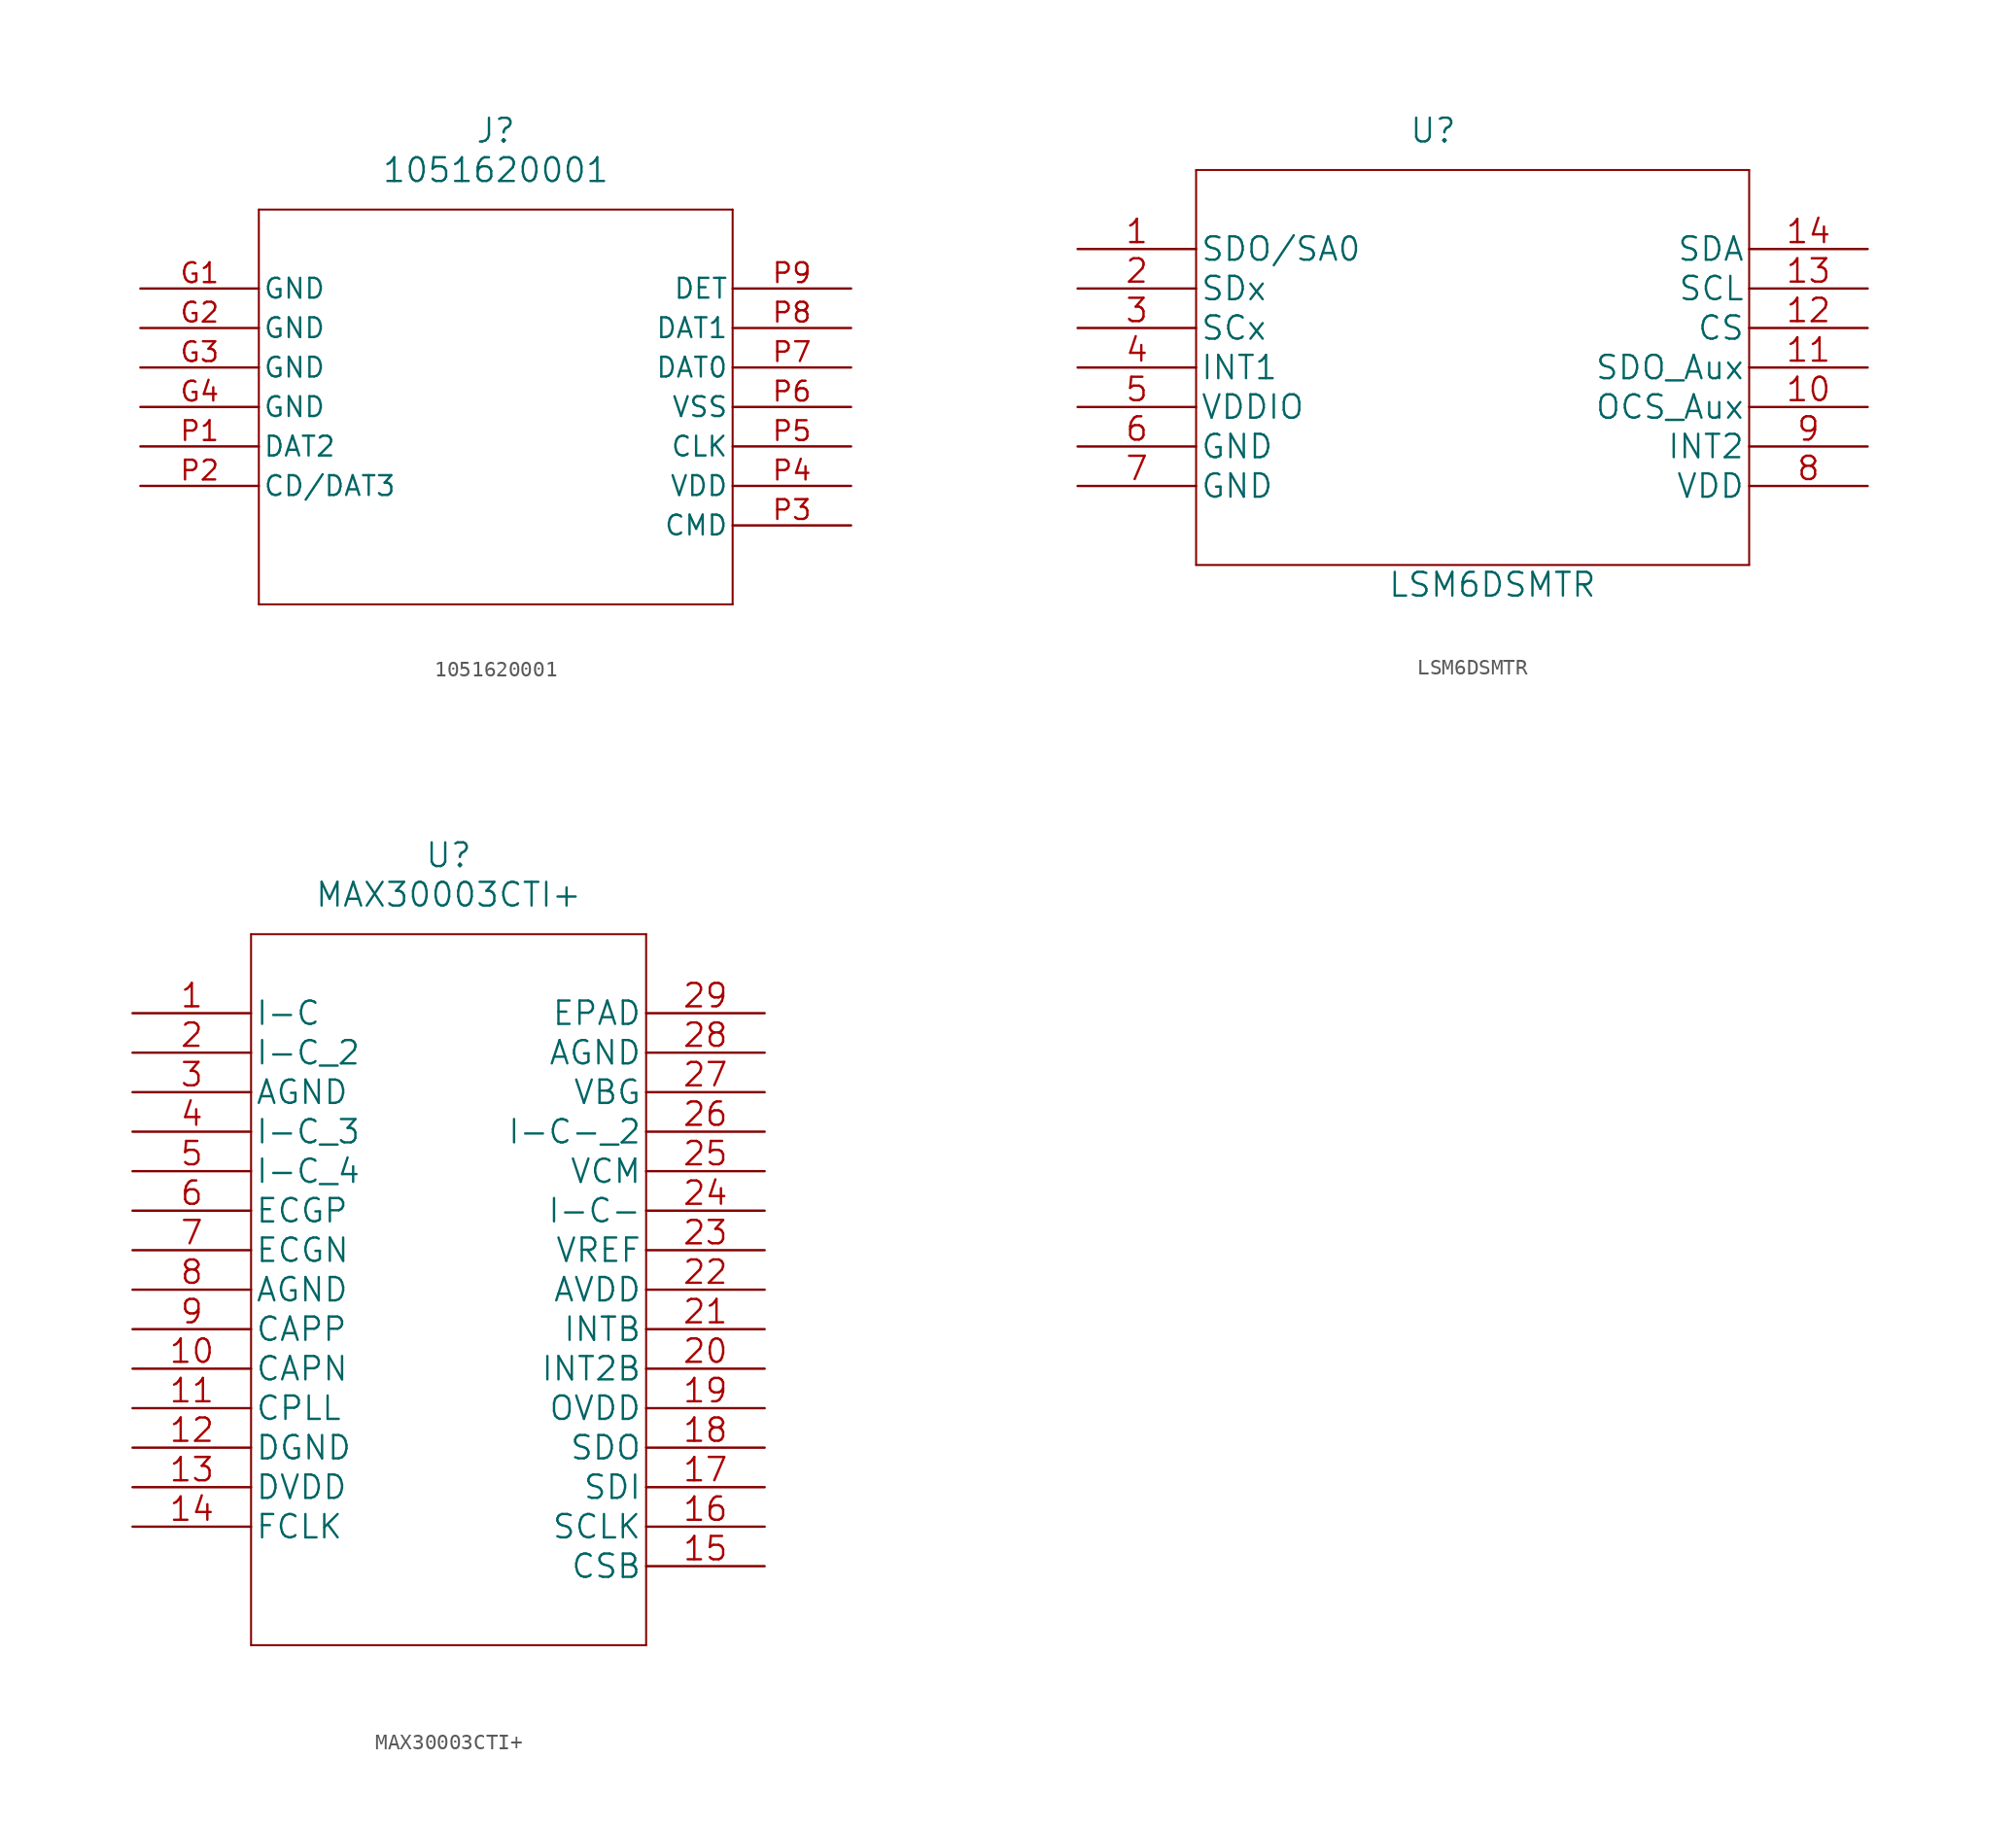
<source format=kicad_sym>
(kicad_symbol_lib
  (version 20211014)
  (generator kicad_symbol_editor)
  (symbol "1051620001"
    (pin_names
      (offset 0.254))
    (property "Reference" "J"
      (at 22.86 10.16 0)
      (effects (font (size 1.524 1.524))))
    (property "Value" "1051620001"
      (at 22.86 7.62 0)
      (effects (font (size 1.524 1.524))))
    (symbol "1051620001_0_1"
      (polyline (pts (xy 7.62 -20.32) (xy 38.1 -20.32)) (stroke (width 0.127) (type default) (color 0 0 0 0)) (fill (type none)))
      (polyline (pts (xy 7.62 5.08) (xy 7.62 -20.32)) (stroke (width 0.127) (type default) (color 0 0 0 0)) (fill (type none)))
      (polyline (pts (xy 38.1 -20.32) (xy 38.1 5.08)) (stroke (width 0.127) (type default) (color 0 0 0 0)) (fill (type none)))
      (polyline (pts (xy 38.1 5.08) (xy 7.62 5.08)) (stroke (width 0.127) (type default) (color 0 0 0 0)) (fill (type none)))
      (pin power_out line (at 0 0 0) (length 7.62) (name "GND" (effects (font (size 1.27 1.27)))) (number "G1" (effects (font (size 1.27 1.27)))))
      (pin power_out line (at 0 -2.54 0) (length 7.62) (name "GND" (effects (font (size 1.27 1.27)))) (number "G2" (effects (font (size 1.27 1.27)))))
      (pin power_out line (at 0 -5.08 0) (length 7.62) (name "GND" (effects (font (size 1.27 1.27)))) (number "G3" (effects (font (size 1.27 1.27)))))
      (pin power_out line (at 0 -7.62 0) (length 7.62) (name "GND" (effects (font (size 1.27 1.27)))) (number "G4" (effects (font (size 1.27 1.27)))))
      (pin bidirectional line (at 0 -10.16 0) (length 7.62) (name "DAT2" (effects (font (size 1.27 1.27)))) (number "P1" (effects (font (size 1.27 1.27)))))
      (pin unspecified line (at 0 -12.7 0) (length 7.62) (name "CD/DAT3" (effects (font (size 1.27 1.27)))) (number "P2" (effects (font (size 1.27 1.27)))))
      (pin unspecified line (at 45.72 -15.24 180) (length 7.62) (name "CMD" (effects (font (size 1.27 1.27)))) (number "P3" (effects (font (size 1.27 1.27)))))
      (pin power_in line (at 45.72 -12.7 180) (length 7.62) (name "VDD" (effects (font (size 1.27 1.27)))) (number "P4" (effects (font (size 1.27 1.27)))))
      (pin unspecified line (at 45.72 -10.16 180) (length 7.62) (name "CLK" (effects (font (size 1.27 1.27)))) (number "P5" (effects (font (size 1.27 1.27)))))
      (pin power_out line (at 45.72 -7.62 180) (length 7.62) (name "VSS" (effects (font (size 1.27 1.27)))) (number "P6" (effects (font (size 1.27 1.27)))))
      (pin bidirectional line (at 45.72 -5.08 180) (length 7.62) (name "DAT0" (effects (font (size 1.27 1.27)))) (number "P7" (effects (font (size 1.27 1.27)))))
      (pin bidirectional line (at 45.72 -2.54 180) (length 7.62) (name "DAT1" (effects (font (size 1.27 1.27)))) (number "P8" (effects (font (size 1.27 1.27)))))
      (pin unspecified line (at 45.72 0 180) (length 7.62) (name "DET" (effects (font (size 1.27 1.27)))) (number "P9" (effects (font (size 1.27 1.27)))))))
  (symbol "LSM6DSMTR"
    (pin_names
      (offset 0.254))
    (property "Reference" "U"
      (at 22.86 7.62 0)
      (effects (font (size 1.524 1.524))))
    (property "Value" "LSM6DSMTR"
      (at 26.67 -21.59 0)
      (effects (font (size 1.524 1.524))))
    (property "Datasheet" ""
      (at 0 0 0)
      (effects (font (size 1.524 1.524))))
    (symbol "LSM6DSMTR_1_1"
      (polyline (pts (xy 7.62 -20.32) (xy 43.18 -20.32)) (stroke (width 0.127) (type default) (color 0 0 0 0)) (fill (type none)))
      (polyline (pts (xy 7.62 5.08) (xy 7.62 -20.32)) (stroke (width 0.127) (type default) (color 0 0 0 0)) (fill (type none)))
      (polyline (pts (xy 43.18 -20.32) (xy 43.18 5.08)) (stroke (width 0.127) (type default) (color 0 0 0 0)) (fill (type none)))
      (polyline (pts (xy 43.18 5.08) (xy 7.62 5.08)) (stroke (width 0.127) (type default) (color 0 0 0 0)) (fill (type none)))
      (pin bidirectional line (at 0 0 0) (length 7.62) (name "SDO/SA0" (effects (font (size 1.499 1.499)))) (number "1" (effects (font (size 1.499 1.499)))))
      (pin unspecified line (at 50.8 -10.16 180) (length 7.62) (name "OCS_Aux" (effects (font (size 1.499 1.499)))) (number "10" (effects (font (size 1.499 1.499)))))
      (pin unspecified line (at 50.8 -7.62 180) (length 7.62) (name "SDO_Aux" (effects (font (size 1.499 1.499)))) (number "11" (effects (font (size 1.499 1.499)))))
      (pin input line (at 50.8 -5.08 180) (length 7.62) (name "CS" (effects (font (size 1.499 1.499)))) (number "12" (effects (font (size 1.499 1.499)))))
      (pin input line (at 50.8 -2.54 180) (length 7.62) (name "SCL" (effects (font (size 1.499 1.499)))) (number "13" (effects (font (size 1.499 1.499)))))
      (pin bidirectional line (at 50.8 0 180) (length 7.62) (name "SDA" (effects (font (size 1.499 1.499)))) (number "14" (effects (font (size 1.499 1.499)))))
      (pin unspecified line (at 0 -2.54 0) (length 7.62) (name "SDx" (effects (font (size 1.499 1.499)))) (number "2" (effects (font (size 1.499 1.499)))))
      (pin unspecified line (at 0 -5.08 0) (length 7.62) (name "SCx" (effects (font (size 1.499 1.499)))) (number "3" (effects (font (size 1.499 1.499)))))
      (pin output line (at 0 -7.62 0) (length 7.62) (name "INT1" (effects (font (size 1.499 1.499)))) (number "4" (effects (font (size 1.499 1.499)))))
      (pin power_in line (at 0 -10.16 0) (length 7.62) (name "VDDIO" (effects (font (size 1.499 1.499)))) (number "5" (effects (font (size 1.499 1.499)))))
      (pin power_in line (at 0 -12.7 0) (length 7.62) (name "GND" (effects (font (size 1.499 1.499)))) (number "6" (effects (font (size 1.499 1.499)))))
      (pin power_in line (at 0 -15.24 0) (length 7.62) (name "GND" (effects (font (size 1.499 1.499)))) (number "7" (effects (font (size 1.499 1.499)))))
      (pin power_in line (at 50.8 -15.24 180) (length 7.62) (name "VDD" (effects (font (size 1.499 1.499)))) (number "8" (effects (font (size 1.499 1.499)))))
      (pin output line (at 50.8 -12.7 180) (length 7.62) (name "INT2" (effects (font (size 1.499 1.499)))) (number "9" (effects (font (size 1.499 1.499)))))))
  (symbol "MAX30003CTI+"
    (pin_names
      (offset 0.254))
    (property "Reference" "U"
      (at 20.32 10.16 0)
      (effects (font (size 1.524 1.524))))
    (property "Value" "MAX30003CTI+"
      (at 20.32 7.62 0)
      (effects (font (size 1.524 1.524))))
    (property "Datasheet" ""
      (at 0 0 0)
      (effects (font (size 1.524 1.524))))
    (symbol "MAX30003CTI+_1_1"
      (polyline (pts (xy 7.62 -40.64) (xy 33.02 -40.64)) (stroke (width 0.127) (type default) (color 0 0 0 0)) (fill (type none)))
      (polyline (pts (xy 7.62 5.08) (xy 7.62 -40.64)) (stroke (width 0.127) (type default) (color 0 0 0 0)) (fill (type none)))
      (polyline (pts (xy 33.02 -40.64) (xy 33.02 5.08)) (stroke (width 0.127) (type default) (color 0 0 0 0)) (fill (type none)))
      (polyline (pts (xy 33.02 5.08) (xy 7.62 5.08)) (stroke (width 0.127) (type default) (color 0 0 0 0)) (fill (type none)))
      (pin bidirectional line (at 0 0 0) (length 7.62) (name "I-C" (effects (font (size 1.499 1.499)))) (number "1" (effects (font (size 1.499 1.499)))))
      (pin unspecified line (at 0 -22.86 0) (length 7.62) (name "CAPN" (effects (font (size 1.499 1.499)))) (number "10" (effects (font (size 1.499 1.499)))))
      (pin unspecified line (at 0 -25.4 0) (length 7.62) (name "CPLL" (effects (font (size 1.499 1.499)))) (number "11" (effects (font (size 1.499 1.499)))))
      (pin power_in line (at 0 -27.94 0) (length 7.62) (name "DGND" (effects (font (size 1.499 1.499)))) (number "12" (effects (font (size 1.499 1.499)))))
      (pin power_in line (at 0 -30.48 0) (length 7.62) (name "DVDD" (effects (font (size 1.499 1.499)))) (number "13" (effects (font (size 1.499 1.499)))))
      (pin unspecified line (at 0 -33.02 0) (length 7.62) (name "FCLK" (effects (font (size 1.499 1.499)))) (number "14" (effects (font (size 1.499 1.499)))))
      (pin unspecified line (at 40.64 -35.56 180) (length 7.62) (name "CSB" (effects (font (size 1.499 1.499)))) (number "15" (effects (font (size 1.499 1.499)))))
      (pin unspecified line (at 40.64 -33.02 180) (length 7.62) (name "SCLK" (effects (font (size 1.499 1.499)))) (number "16" (effects (font (size 1.499 1.499)))))
      (pin unspecified line (at 40.64 -30.48 180) (length 7.62) (name "SDI" (effects (font (size 1.499 1.499)))) (number "17" (effects (font (size 1.499 1.499)))))
      (pin unspecified line (at 40.64 -27.94 180) (length 7.62) (name "SDO" (effects (font (size 1.499 1.499)))) (number "18" (effects (font (size 1.499 1.499)))))
      (pin power_in line (at 40.64 -25.4 180) (length 7.62) (name "OVDD" (effects (font (size 1.499 1.499)))) (number "19" (effects (font (size 1.499 1.499)))))
      (pin bidirectional line (at 0 -2.54 0) (length 7.62) (name "I-C_2" (effects (font (size 1.499 1.499)))) (number "2" (effects (font (size 1.499 1.499)))))
      (pin unspecified line (at 40.64 -22.86 180) (length 7.62) (name "INT2B" (effects (font (size 1.499 1.499)))) (number "20" (effects (font (size 1.499 1.499)))))
      (pin unspecified line (at 40.64 -20.32 180) (length 7.62) (name "INTB" (effects (font (size 1.499 1.499)))) (number "21" (effects (font (size 1.499 1.499)))))
      (pin power_in line (at 40.64 -17.78 180) (length 7.62) (name "AVDD" (effects (font (size 1.499 1.499)))) (number "22" (effects (font (size 1.499 1.499)))))
      (pin power_in line (at 40.64 -15.24 180) (length 7.62) (name "VREF" (effects (font (size 1.499 1.499)))) (number "23" (effects (font (size 1.499 1.499)))))
      (pin bidirectional line (at 40.64 -12.7 180) (length 7.62) (name "I-C-" (effects (font (size 1.499 1.499)))) (number "24" (effects (font (size 1.499 1.499)))))
      (pin unspecified line (at 40.64 -10.16 180) (length 7.62) (name "VCM" (effects (font (size 1.499 1.499)))) (number "25" (effects (font (size 1.499 1.499)))))
      (pin bidirectional line (at 40.64 -7.62 180) (length 7.62) (name "I-C-_2" (effects (font (size 1.499 1.499)))) (number "26" (effects (font (size 1.499 1.499)))))
      (pin unspecified line (at 40.64 -5.08 180) (length 7.62) (name "VBG" (effects (font (size 1.499 1.499)))) (number "27" (effects (font (size 1.499 1.499)))))
      (pin power_in line (at 40.64 -2.54 180) (length 7.62) (name "AGND" (effects (font (size 1.499 1.499)))) (number "28" (effects (font (size 1.499 1.499)))))
      (pin unspecified line (at 40.64 0 180) (length 7.62) (name "EPAD" (effects (font (size 1.499 1.499)))) (number "29" (effects (font (size 1.499 1.499)))))
      (pin power_in line (at 0 -5.08 0) (length 7.62) (name "AGND" (effects (font (size 1.499 1.499)))) (number "3" (effects (font (size 1.499 1.499)))))
      (pin bidirectional line (at 0 -7.62 0) (length 7.62) (name "I-C_3" (effects (font (size 1.499 1.499)))) (number "4" (effects (font (size 1.499 1.499)))))
      (pin bidirectional line (at 0 -10.16 0) (length 7.62) (name "I-C_4" (effects (font (size 1.499 1.499)))) (number "5" (effects (font (size 1.499 1.499)))))
      (pin unspecified line (at 0 -12.7 0) (length 7.62) (name "ECGP" (effects (font (size 1.499 1.499)))) (number "6" (effects (font (size 1.499 1.499)))))
      (pin unspecified line (at 0 -15.24 0) (length 7.62) (name "ECGN" (effects (font (size 1.499 1.499)))) (number "7" (effects (font (size 1.499 1.499)))))
      (pin power_in line (at 0 -17.78 0) (length 7.62) (name "AGND" (effects (font (size 1.499 1.499)))) (number "8" (effects (font (size 1.499 1.499)))))
      (pin unspecified line (at 0 -20.32 0) (length 7.62) (name "CAPP" (effects (font (size 1.499 1.499)))) (number "9" (effects (font (size 1.499 1.499))))))))
</source>
